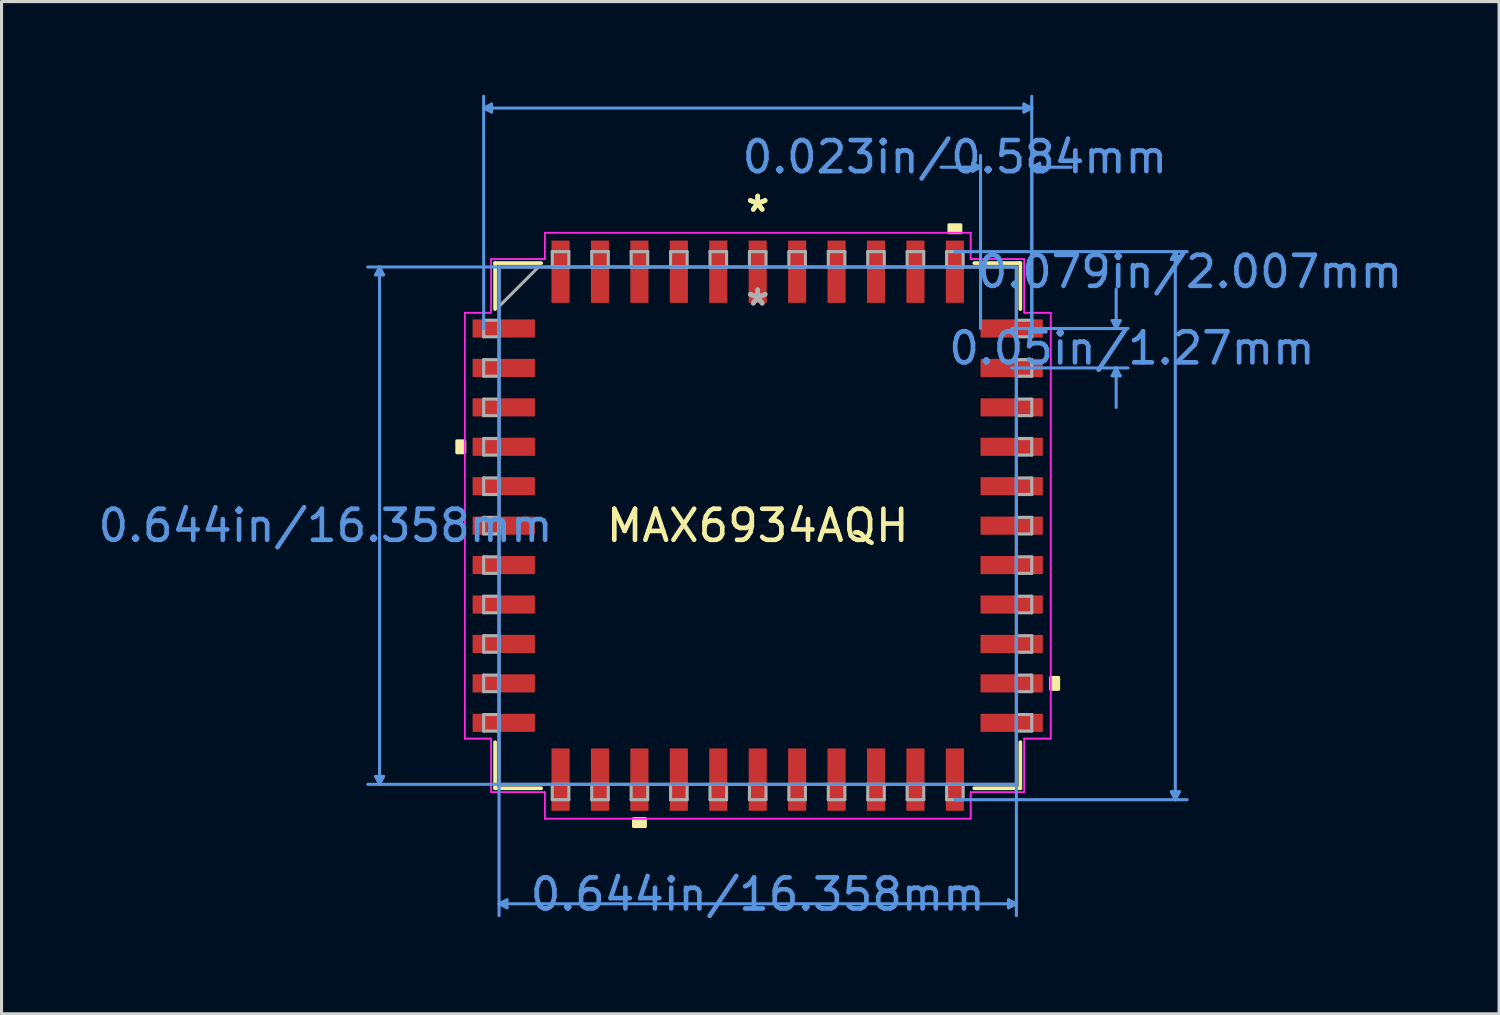
<source format=kicad_pcb>
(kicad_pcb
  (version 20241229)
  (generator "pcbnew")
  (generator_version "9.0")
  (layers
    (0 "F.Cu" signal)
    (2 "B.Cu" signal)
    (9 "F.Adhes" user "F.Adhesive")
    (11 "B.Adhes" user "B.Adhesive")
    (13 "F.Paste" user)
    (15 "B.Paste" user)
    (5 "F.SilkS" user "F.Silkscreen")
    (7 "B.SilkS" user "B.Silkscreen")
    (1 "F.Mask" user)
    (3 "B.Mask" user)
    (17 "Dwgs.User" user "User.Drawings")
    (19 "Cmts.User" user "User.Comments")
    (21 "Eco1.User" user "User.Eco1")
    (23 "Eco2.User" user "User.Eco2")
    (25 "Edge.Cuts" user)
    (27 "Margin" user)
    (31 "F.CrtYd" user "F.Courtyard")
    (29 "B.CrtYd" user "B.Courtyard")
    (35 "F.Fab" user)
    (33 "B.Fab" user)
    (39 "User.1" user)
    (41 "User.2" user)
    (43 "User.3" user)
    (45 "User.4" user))
  (footprint "MAX6934AQH"
    (layer "F.Cu")
    (at 21.354 13.88)
    (property "Reference" "MAX6934AQH" (at 0 0 0) (layer "F.SilkS") (effects (font (size 1 1) (thickness 0.15))))
    (attr through_hole)
    (fp_line (start -8.458 -8.458) (end -8.458 -6.975) (stroke (width 0.12) (type solid)) (layer "F.SilkS"))
    (fp_line (start -8.458 6.975) (end -8.458 8.458) (stroke (width 0.12) (type solid)) (layer "F.SilkS"))
    (fp_line (start -8.458 8.458) (end -6.975 8.458) (stroke (width 0.12) (type solid)) (layer "F.SilkS"))
    (fp_line (start -6.975 -8.458) (end -8.458 -8.458) (stroke (width 0.12) (type solid)) (layer "F.SilkS"))
    (fp_line (start 6.975 8.458) (end 8.458 8.458) (stroke (width 0.12) (type solid)) (layer "F.SilkS"))
    (fp_line (start 8.458 -8.458) (end 6.975 -8.458) (stroke (width 0.12) (type solid)) (layer "F.SilkS"))
    (fp_line (start 8.458 -6.975) (end 8.458 -8.458) (stroke (width 0.12) (type solid)) (layer "F.SilkS"))
    (fp_line (start 8.458 8.458) (end 8.458 6.975) (stroke (width 0.12) (type solid)) (layer "F.SilkS"))
    (fp_poly (pts (xy -9.69 -2.731) (xy -9.69 -2.349) (xy -9.436 -2.349) (xy -9.436 -2.731)) (stroke (width 0.1) (type solid)) (fill yes) (layer "F.SilkS"))
    (fp_poly (pts (xy -4 9.436) (xy -4 9.69) (xy -3.619 9.69) (xy -3.619 9.436)) (stroke (width 0.1) (type solid)) (fill yes) (layer "F.SilkS"))
    (fp_poly (pts (xy 6.16 -9.436) (xy 6.16 -9.69) (xy 6.54 -9.69) (xy 6.54 -9.436)) (stroke (width 0.1) (type solid)) (fill yes) (layer "F.SilkS"))
    (fp_poly (pts (xy 9.69 4.889) (xy 9.69 5.271) (xy 9.436 5.271) (xy 9.436 4.889)) (stroke (width 0.1) (type solid)) (fill yes) (layer "F.SilkS"))
    (fp_line (start -12.306 -8.077) (end -12.052 -8.077) (stroke (width 0.1) (type solid)) (layer "Cmts.User"))
    (fp_line (start -12.306 8.077) (end -12.052 8.077) (stroke (width 0.1) (type solid)) (layer "Cmts.User"))
    (fp_line (start -12.179 -8.331) (end -12.306 -8.077) (stroke (width 0.1) (type solid)) (layer "Cmts.User"))
    (fp_line (start -12.179 -8.331) (end -12.179 8.331) (stroke (width 0.1) (type solid)) (layer "Cmts.User"))
    (fp_line (start -12.179 -8.331) (end -12.052 -8.077) (stroke (width 0.1) (type solid)) (layer "Cmts.User"))
    (fp_line (start -12.179 8.331) (end -12.306 8.077) (stroke (width 0.1) (type solid)) (layer "Cmts.User"))
    (fp_line (start -12.179 8.331) (end -12.052 8.077) (stroke (width 0.1) (type solid)) (layer "Cmts.User"))
    (fp_line (start -8.826 -13.449) (end -8.572 -13.576) (stroke (width 0.1) (type solid)) (layer "Cmts.User"))
    (fp_line (start -8.826 -13.449) (end -8.572 -13.322) (stroke (width 0.1) (type solid)) (layer "Cmts.User"))
    (fp_line (start -8.826 -13.449) (end 8.826 -13.449) (stroke (width 0.1) (type solid)) (layer "Cmts.User"))
    (fp_line (start -8.826 -6.35) (end -8.826 -13.83) (stroke (width 0.1) (type solid)) (layer "Cmts.User"))
    (fp_line (start -8.572 -13.576) (end -8.572 -13.322) (stroke (width 0.1) (type solid)) (layer "Cmts.User"))
    (fp_line (start -8.331 -8.331) (end -8.331 12.56) (stroke (width 0.1) (type solid)) (layer "Cmts.User"))
    (fp_line (start -8.331 12.179) (end -8.077 12.052) (stroke (width 0.1) (type solid)) (layer "Cmts.User"))
    (fp_line (start -8.331 12.179) (end -8.077 12.306) (stroke (width 0.1) (type solid)) (layer "Cmts.User"))
    (fp_line (start -8.331 12.179) (end 8.331 12.179) (stroke (width 0.1) (type solid)) (layer "Cmts.User"))
    (fp_line (start -8.077 12.052) (end -8.077 12.306) (stroke (width 0.1) (type solid)) (layer "Cmts.User"))
    (fp_line (start 6.35 -8.826) (end 13.83 -8.826) (stroke (width 0.1) (type solid)) (layer "Cmts.User"))
    (fp_line (start 6.35 8.826) (end 13.83 8.826) (stroke (width 0.1) (type solid)) (layer "Cmts.User"))
    (fp_line (start 6.921 -11.671) (end 6.921 -11.417) (stroke (width 0.1) (type solid)) (layer "Cmts.User"))
    (fp_line (start 7.176 -11.544) (end 5.905 -11.544) (stroke (width 0.1) (type solid)) (layer "Cmts.User"))
    (fp_line (start 7.176 -11.544) (end 6.921 -11.671) (stroke (width 0.1) (type solid)) (layer "Cmts.User"))
    (fp_line (start 7.176 -11.544) (end 6.921 -11.417) (stroke (width 0.1) (type solid)) (layer "Cmts.User"))
    (fp_line (start 7.176 -6.35) (end 7.176 -11.925) (stroke (width 0.1) (type solid)) (layer "Cmts.User"))
    (fp_line (start 8.077 12.052) (end 8.077 12.306) (stroke (width 0.1) (type solid)) (layer "Cmts.User"))
    (fp_line (start 8.179 -6.35) (end 11.925 -6.35) (stroke (width 0.1) (type solid)) (layer "Cmts.User"))
    (fp_line (start 8.179 -5.08) (end 11.925 -5.08) (stroke (width 0.1) (type solid)) (layer "Cmts.User"))
    (fp_line (start 8.331 -8.331) (end -12.56 -8.331) (stroke (width 0.1) (type solid)) (layer "Cmts.User"))
    (fp_line (start 8.331 -8.331) (end 8.331 12.56) (stroke (width 0.1) (type solid)) (layer "Cmts.User"))
    (fp_line (start 8.331 8.331) (end -12.56 8.331) (stroke (width 0.1) (type solid)) (layer "Cmts.User"))
    (fp_line (start 8.331 12.179) (end 8.077 12.052) (stroke (width 0.1) (type solid)) (layer "Cmts.User"))
    (fp_line (start 8.331 12.179) (end 8.077 12.306) (stroke (width 0.1) (type solid)) (layer "Cmts.User"))
    (fp_line (start 8.572 -13.576) (end 8.572 -13.322) (stroke (width 0.1) (type solid)) (layer "Cmts.User"))
    (fp_line (start 8.826 -13.449) (end 8.572 -13.576) (stroke (width 0.1) (type solid)) (layer "Cmts.User"))
    (fp_line (start 8.826 -13.449) (end 8.572 -13.322) (stroke (width 0.1) (type solid)) (layer "Cmts.User"))
    (fp_line (start 8.826 -11.544) (end 9.081 -11.671) (stroke (width 0.1) (type solid)) (layer "Cmts.User"))
    (fp_line (start 8.826 -11.544) (end 9.081 -11.417) (stroke (width 0.1) (type solid)) (layer "Cmts.User"))
    (fp_line (start 8.826 -11.544) (end 10.097 -11.544) (stroke (width 0.1) (type solid)) (layer "Cmts.User"))
    (fp_line (start 8.826 -6.35) (end 8.826 -13.83) (stroke (width 0.1) (type solid)) (layer "Cmts.User"))
    (fp_line (start 8.826 -6.35) (end 8.826 -11.925) (stroke (width 0.1) (type solid)) (layer "Cmts.User"))
    (fp_line (start 9.081 -11.671) (end 9.081 -11.417) (stroke (width 0.1) (type solid)) (layer "Cmts.User"))
    (fp_line (start 11.417 -6.604) (end 11.671 -6.604) (stroke (width 0.1) (type solid)) (layer "Cmts.User"))
    (fp_line (start 11.417 -4.826) (end 11.671 -4.826) (stroke (width 0.1) (type solid)) (layer "Cmts.User"))
    (fp_line (start 11.544 -6.35) (end 11.417 -6.604) (stroke (width 0.1) (type solid)) (layer "Cmts.User"))
    (fp_line (start 11.544 -6.35) (end 11.544 -7.62) (stroke (width 0.1) (type solid)) (layer "Cmts.User"))
    (fp_line (start 11.544 -6.35) (end 11.671 -6.604) (stroke (width 0.1) (type solid)) (layer "Cmts.User"))
    (fp_line (start 11.544 -5.08) (end 11.417 -4.826) (stroke (width 0.1) (type solid)) (layer "Cmts.User"))
    (fp_line (start 11.544 -5.08) (end 11.544 -3.81) (stroke (width 0.1) (type solid)) (layer "Cmts.User"))
    (fp_line (start 11.544 -5.08) (end 11.671 -4.826) (stroke (width 0.1) (type solid)) (layer "Cmts.User"))
    (fp_line (start 13.322 -8.572) (end 13.576 -8.572) (stroke (width 0.1) (type solid)) (layer "Cmts.User"))
    (fp_line (start 13.322 8.572) (end 13.576 8.572) (stroke (width 0.1) (type solid)) (layer "Cmts.User"))
    (fp_line (start 13.449 -8.826) (end 13.322 -8.572) (stroke (width 0.1) (type solid)) (layer "Cmts.User"))
    (fp_line (start 13.449 -8.826) (end 13.449 8.826) (stroke (width 0.1) (type solid)) (layer "Cmts.User"))
    (fp_line (start 13.449 -8.826) (end 13.576 -8.572) (stroke (width 0.1) (type solid)) (layer "Cmts.User"))
    (fp_line (start 13.449 8.826) (end 13.322 8.572) (stroke (width 0.1) (type solid)) (layer "Cmts.User"))
    (fp_line (start 13.449 8.826) (end 13.576 8.572) (stroke (width 0.1) (type solid)) (layer "Cmts.User"))
    (fp_line (start -9.436 -6.858) (end -8.585 -6.858) (stroke (width 0.05) (type solid)) (layer "F.CrtYd"))
    (fp_line (start -9.436 -6.858) (end -8.585 -6.858) (stroke (width 0.05) (type solid)) (layer "F.CrtYd"))
    (fp_line (start -9.436 6.858) (end -9.436 -6.858) (stroke (width 0.05) (type solid)) (layer "F.CrtYd"))
    (fp_line (start -9.436 6.858) (end -9.436 -6.858) (stroke (width 0.05) (type solid)) (layer "F.CrtYd"))
    (fp_line (start -9.436 6.858) (end -8.585 6.858) (stroke (width 0.05) (type solid)) (layer "F.CrtYd"))
    (fp_line (start -8.585 -8.585) (end -6.858 -8.585) (stroke (width 0.05) (type solid)) (layer "F.CrtYd"))
    (fp_line (start -8.585 -8.585) (end -6.858 -8.585) (stroke (width 0.05) (type solid)) (layer "F.CrtYd"))
    (fp_line (start -8.585 -6.858) (end -8.585 -8.585) (stroke (width 0.05) (type solid)) (layer "F.CrtYd"))
    (fp_line (start -8.585 -6.858) (end -8.585 -8.585) (stroke (width 0.05) (type solid)) (layer "F.CrtYd"))
    (fp_line (start -8.585 6.858) (end -9.436 6.858) (stroke (width 0.05) (type solid)) (layer "F.CrtYd"))
    (fp_line (start -8.585 8.585) (end -8.585 6.858) (stroke (width 0.05) (type solid)) (layer "F.CrtYd"))
    (fp_line (start -8.585 8.585) (end -8.585 6.858) (stroke (width 0.05) (type solid)) (layer "F.CrtYd"))
    (fp_line (start -6.858 -9.436) (end 6.858 -9.436) (stroke (width 0.05) (type solid)) (layer "F.CrtYd"))
    (fp_line (start -6.858 -9.436) (end 6.858 -9.436) (stroke (width 0.05) (type solid)) (layer "F.CrtYd"))
    (fp_line (start -6.858 -8.585) (end -6.858 -9.436) (stroke (width 0.05) (type solid)) (layer "F.CrtYd"))
    (fp_line (start -6.858 -8.585) (end -6.858 -9.436) (stroke (width 0.05) (type solid)) (layer "F.CrtYd"))
    (fp_line (start -6.858 8.585) (end -8.585 8.585) (stroke (width 0.05) (type solid)) (layer "F.CrtYd"))
    (fp_line (start -6.858 8.585) (end -8.585 8.585) (stroke (width 0.05) (type solid)) (layer "F.CrtYd"))
    (fp_line (start -6.858 9.436) (end -6.858 8.585) (stroke (width 0.05) (type solid)) (layer "F.CrtYd"))
    (fp_line (start -6.858 9.436) (end -6.858 8.585) (stroke (width 0.05) (type solid)) (layer "F.CrtYd"))
    (fp_line (start 6.858 -9.436) (end 6.858 -8.585) (stroke (width 0.05) (type solid)) (layer "F.CrtYd"))
    (fp_line (start 6.858 -9.436) (end 6.858 -8.585) (stroke (width 0.05) (type solid)) (layer "F.CrtYd"))
    (fp_line (start 6.858 -8.585) (end 8.585 -8.585) (stroke (width 0.05) (type solid)) (layer "F.CrtYd"))
    (fp_line (start 6.858 -8.585) (end 8.585 -8.585) (stroke (width 0.05) (type solid)) (layer "F.CrtYd"))
    (fp_line (start 6.858 8.585) (end 6.858 9.436) (stroke (width 0.05) (type solid)) (layer "F.CrtYd"))
    (fp_line (start 6.858 8.585) (end 6.858 9.436) (stroke (width 0.05) (type solid)) (layer "F.CrtYd"))
    (fp_line (start 6.858 9.436) (end -6.858 9.436) (stroke (width 0.05) (type solid)) (layer "F.CrtYd"))
    (fp_line (start 6.858 9.436) (end -6.858 9.436) (stroke (width 0.05) (type solid)) (layer "F.CrtYd"))
    (fp_line (start 8.585 -8.585) (end 8.585 -6.858) (stroke (width 0.05) (type solid)) (layer "F.CrtYd"))
    (fp_line (start 8.585 -8.585) (end 8.585 -6.858) (stroke (width 0.05) (type solid)) (layer "F.CrtYd"))
    (fp_line (start 8.585 -6.858) (end 9.436 -6.858) (stroke (width 0.05) (type solid)) (layer "F.CrtYd"))
    (fp_line (start 8.585 -6.858) (end 9.436 -6.858) (stroke (width 0.05) (type solid)) (layer "F.CrtYd"))
    (fp_line (start 8.585 6.858) (end 8.585 8.585) (stroke (width 0.05) (type solid)) (layer "F.CrtYd"))
    (fp_line (start 8.585 6.858) (end 8.585 8.585) (stroke (width 0.05) (type solid)) (layer "F.CrtYd"))
    (fp_line (start 8.585 8.585) (end 6.858 8.585) (stroke (width 0.05) (type solid)) (layer "F.CrtYd"))
    (fp_line (start 8.585 8.585) (end 6.858 8.585) (stroke (width 0.05) (type solid)) (layer "F.CrtYd"))
    (fp_line (start 9.436 -6.858) (end 9.436 6.858) (stroke (width 0.05) (type solid)) (layer "F.CrtYd"))
    (fp_line (start 9.436 -6.858) (end 9.436 6.858) (stroke (width 0.05) (type solid)) (layer "F.CrtYd"))
    (fp_line (start 9.436 6.858) (end 8.585 6.858) (stroke (width 0.05) (type solid)) (layer "F.CrtYd"))
    (fp_line (start 9.436 6.858) (end 8.585 6.858) (stroke (width 0.05) (type solid)) (layer "F.CrtYd"))
    (fp_line (start -8.826 -6.617) (end -8.826 -6.083) (stroke (width 0.1) (type solid)) (layer "F.Fab"))
    (fp_line (start -8.826 -6.083) (end -8.331 -6.083) (stroke (width 0.1) (type solid)) (layer "F.Fab"))
    (fp_line (start -8.826 -5.347) (end -8.826 -4.813) (stroke (width 0.1) (type solid)) (layer "F.Fab"))
    (fp_line (start -8.826 -4.813) (end -8.331 -4.813) (stroke (width 0.1) (type solid)) (layer "F.Fab"))
    (fp_line (start -8.826 -4.077) (end -8.826 -3.543) (stroke (width 0.1) (type solid)) (layer "F.Fab"))
    (fp_line (start -8.826 -3.543) (end -8.331 -3.543) (stroke (width 0.1) (type solid)) (layer "F.Fab"))
    (fp_line (start -8.826 -2.807) (end -8.826 -2.273) (stroke (width 0.1) (type solid)) (layer "F.Fab"))
    (fp_line (start -8.826 -2.273) (end -8.331 -2.273) (stroke (width 0.1) (type solid)) (layer "F.Fab"))
    (fp_line (start -8.826 -1.537) (end -8.826 -1.003) (stroke (width 0.1) (type solid)) (layer "F.Fab"))
    (fp_line (start -8.826 -1.003) (end -8.331 -1.003) (stroke (width 0.1) (type solid)) (layer "F.Fab"))
    (fp_line (start -8.826 -0.267) (end -8.826 0.267) (stroke (width 0.1) (type solid)) (layer "F.Fab"))
    (fp_line (start -8.826 0.267) (end -8.331 0.267) (stroke (width 0.1) (type solid)) (layer "F.Fab"))
    (fp_line (start -8.826 1.003) (end -8.826 1.537) (stroke (width 0.1) (type solid)) (layer "F.Fab"))
    (fp_line (start -8.826 1.537) (end -8.331 1.537) (stroke (width 0.1) (type solid)) (layer "F.Fab"))
    (fp_line (start -8.826 2.273) (end -8.826 2.807) (stroke (width 0.1) (type solid)) (layer "F.Fab"))
    (fp_line (start -8.826 2.807) (end -8.331 2.807) (stroke (width 0.1) (type solid)) (layer "F.Fab"))
    (fp_line (start -8.826 3.543) (end -8.826 4.077) (stroke (width 0.1) (type solid)) (layer "F.Fab"))
    (fp_line (start -8.826 4.077) (end -8.331 4.077) (stroke (width 0.1) (type solid)) (layer "F.Fab"))
    (fp_line (start -8.826 4.813) (end -8.826 5.347) (stroke (width 0.1) (type solid)) (layer "F.Fab"))
    (fp_line (start -8.826 5.347) (end -8.331 5.347) (stroke (width 0.1) (type solid)) (layer "F.Fab"))
    (fp_line (start -8.826 6.083) (end -8.826 6.617) (stroke (width 0.1) (type solid)) (layer "F.Fab"))
    (fp_line (start -8.826 6.617) (end -8.331 6.617) (stroke (width 0.1) (type solid)) (layer "F.Fab"))
    (fp_line (start -8.331 -8.331) (end -8.331 8.331) (stroke (width 0.1) (type solid)) (layer "F.Fab"))
    (fp_line (start -8.331 -7.061) (end -7.061 -8.331) (stroke (width 0.1) (type solid)) (layer "F.Fab"))
    (fp_line (start -8.331 -6.617) (end -8.826 -6.617) (stroke (width 0.1) (type solid)) (layer "F.Fab"))
    (fp_line (start -8.331 -6.083) (end -8.331 -6.617) (stroke (width 0.1) (type solid)) (layer "F.Fab"))
    (fp_line (start -8.331 -5.347) (end -8.826 -5.347) (stroke (width 0.1) (type solid)) (layer "F.Fab"))
    (fp_line (start -8.331 -4.813) (end -8.331 -5.347) (stroke (width 0.1) (type solid)) (layer "F.Fab"))
    (fp_line (start -8.331 -4.077) (end -8.826 -4.077) (stroke (width 0.1) (type solid)) (layer "F.Fab"))
    (fp_line (start -8.331 -3.543) (end -8.331 -4.077) (stroke (width 0.1) (type solid)) (layer "F.Fab"))
    (fp_line (start -8.331 -2.807) (end -8.826 -2.807) (stroke (width 0.1) (type solid)) (layer "F.Fab"))
    (fp_line (start -8.331 -2.273) (end -8.331 -2.807) (stroke (width 0.1) (type solid)) (layer "F.Fab"))
    (fp_line (start -8.331 -1.537) (end -8.826 -1.537) (stroke (width 0.1) (type solid)) (layer "F.Fab"))
    (fp_line (start -8.331 -1.003) (end -8.331 -1.537) (stroke (width 0.1) (type solid)) (layer "F.Fab"))
    (fp_line (start -8.331 -0.267) (end -8.826 -0.267) (stroke (width 0.1) (type solid)) (layer "F.Fab"))
    (fp_line (start -8.331 0.267) (end -8.331 -0.267) (stroke (width 0.1) (type solid)) (layer "F.Fab"))
    (fp_line (start -8.331 1.003) (end -8.826 1.003) (stroke (width 0.1) (type solid)) (layer "F.Fab"))
    (fp_line (start -8.331 1.537) (end -8.331 1.003) (stroke (width 0.1) (type solid)) (layer "F.Fab"))
    (fp_line (start -8.331 2.273) (end -8.826 2.273) (stroke (width 0.1) (type solid)) (layer "F.Fab"))
    (fp_line (start -8.331 2.807) (end -8.331 2.273) (stroke (width 0.1) (type solid)) (layer "F.Fab"))
    (fp_line (start -8.331 3.543) (end -8.826 3.543) (stroke (width 0.1) (type solid)) (layer "F.Fab"))
    (fp_line (start -8.331 4.077) (end -8.331 3.543) (stroke (width 0.1) (type solid)) (layer "F.Fab"))
    (fp_line (start -8.331 4.813) (end -8.826 4.813) (stroke (width 0.1) (type solid)) (layer "F.Fab"))
    (fp_line (start -8.331 5.347) (end -8.331 4.813) (stroke (width 0.1) (type solid)) (layer "F.Fab"))
    (fp_line (start -8.331 6.083) (end -8.826 6.083) (stroke (width 0.1) (type solid)) (layer "F.Fab"))
    (fp_line (start -8.331 6.617) (end -8.331 6.083) (stroke (width 0.1) (type solid)) (layer "F.Fab"))
    (fp_line (start -8.331 8.331) (end 8.331 8.331) (stroke (width 0.1) (type solid)) (layer "F.Fab"))
    (fp_line (start -6.617 -8.826) (end -6.617 -8.331) (stroke (width 0.1) (type solid)) (layer "F.Fab"))
    (fp_line (start -6.617 -8.331) (end -6.083 -8.331) (stroke (width 0.1) (type solid)) (layer "F.Fab"))
    (fp_line (start -6.617 8.331) (end -6.617 8.826) (stroke (width 0.1) (type solid)) (layer "F.Fab"))
    (fp_line (start -6.617 8.826) (end -6.083 8.826) (stroke (width 0.1) (type solid)) (layer "F.Fab"))
    (fp_line (start -6.083 -8.826) (end -6.617 -8.826) (stroke (width 0.1) (type solid)) (layer "F.Fab"))
    (fp_line (start -6.083 -8.331) (end -6.083 -8.826) (stroke (width 0.1) (type solid)) (layer "F.Fab"))
    (fp_line (start -6.083 8.331) (end -6.617 8.331) (stroke (width 0.1) (type solid)) (layer "F.Fab"))
    (fp_line (start -6.083 8.826) (end -6.083 8.331) (stroke (width 0.1) (type solid)) (layer "F.Fab"))
    (fp_line (start -5.347 -8.826) (end -5.347 -8.331) (stroke (width 0.1) (type solid)) (layer "F.Fab"))
    (fp_line (start -5.347 -8.331) (end -4.813 -8.331) (stroke (width 0.1) (type solid)) (layer "F.Fab"))
    (fp_line (start -5.347 8.331) (end -5.347 8.826) (stroke (width 0.1) (type solid)) (layer "F.Fab"))
    (fp_line (start -5.347 8.826) (end -4.813 8.826) (stroke (width 0.1) (type solid)) (layer "F.Fab"))
    (fp_line (start -4.813 -8.826) (end -5.347 -8.826) (stroke (width 0.1) (type solid)) (layer "F.Fab"))
    (fp_line (start -4.813 -8.331) (end -4.813 -8.826) (stroke (width 0.1) (type solid)) (layer "F.Fab"))
    (fp_line (start -4.813 8.331) (end -5.347 8.331) (stroke (width 0.1) (type solid)) (layer "F.Fab"))
    (fp_line (start -4.813 8.826) (end -4.813 8.331) (stroke (width 0.1) (type solid)) (layer "F.Fab"))
    (fp_line (start -4.077 -8.826) (end -4.077 -8.331) (stroke (width 0.1) (type solid)) (layer "F.Fab"))
    (fp_line (start -4.077 -8.331) (end -3.543 -8.331) (stroke (width 0.1) (type solid)) (layer "F.Fab"))
    (fp_line (start -4.077 8.331) (end -4.077 8.826) (stroke (width 0.1) (type solid)) (layer "F.Fab"))
    (fp_line (start -4.077 8.826) (end -3.543 8.826) (stroke (width 0.1) (type solid)) (layer "F.Fab"))
    (fp_line (start -3.543 -8.826) (end -4.077 -8.826) (stroke (width 0.1) (type solid)) (layer "F.Fab"))
    (fp_line (start -3.543 -8.331) (end -3.543 -8.826) (stroke (width 0.1) (type solid)) (layer "F.Fab"))
    (fp_line (start -3.543 8.331) (end -4.077 8.331) (stroke (width 0.1) (type solid)) (layer "F.Fab"))
    (fp_line (start -3.543 8.826) (end -3.543 8.331) (stroke (width 0.1) (type solid)) (layer "F.Fab"))
    (fp_line (start -2.807 -8.826) (end -2.807 -8.331) (stroke (width 0.1) (type solid)) (layer "F.Fab"))
    (fp_line (start -2.807 -8.331) (end -2.273 -8.331) (stroke (width 0.1) (type solid)) (layer "F.Fab"))
    (fp_line (start -2.807 8.331) (end -2.807 8.826) (stroke (width 0.1) (type solid)) (layer "F.Fab"))
    (fp_line (start -2.807 8.826) (end -2.273 8.826) (stroke (width 0.1) (type solid)) (layer "F.Fab"))
    (fp_line (start -2.273 -8.826) (end -2.807 -8.826) (stroke (width 0.1) (type solid)) (layer "F.Fab"))
    (fp_line (start -2.273 -8.331) (end -2.273 -8.826) (stroke (width 0.1) (type solid)) (layer "F.Fab"))
    (fp_line (start -2.273 8.331) (end -2.807 8.331) (stroke (width 0.1) (type solid)) (layer "F.Fab"))
    (fp_line (start -2.273 8.826) (end -2.273 8.331) (stroke (width 0.1) (type solid)) (layer "F.Fab"))
    (fp_line (start -1.537 -8.826) (end -1.537 -8.331) (stroke (width 0.1) (type solid)) (layer "F.Fab"))
    (fp_line (start -1.537 -8.331) (end -1.003 -8.331) (stroke (width 0.1) (type solid)) (layer "F.Fab"))
    (fp_line (start -1.537 8.331) (end -1.537 8.826) (stroke (width 0.1) (type solid)) (layer "F.Fab"))
    (fp_line (start -1.537 8.826) (end -1.003 8.826) (stroke (width 0.1) (type solid)) (layer "F.Fab"))
    (fp_line (start -1.003 -8.826) (end -1.537 -8.826) (stroke (width 0.1) (type solid)) (layer "F.Fab"))
    (fp_line (start -1.003 -8.331) (end -1.003 -8.826) (stroke (width 0.1) (type solid)) (layer "F.Fab"))
    (fp_line (start -1.003 8.331) (end -1.537 8.331) (stroke (width 0.1) (type solid)) (layer "F.Fab"))
    (fp_line (start -1.003 8.826) (end -1.003 8.331) (stroke (width 0.1) (type solid)) (layer "F.Fab"))
    (fp_line (start -0.267 -8.826) (end -0.267 -8.331) (stroke (width 0.1) (type solid)) (layer "F.Fab"))
    (fp_line (start -0.267 -8.331) (end 0.267 -8.331) (stroke (width 0.1) (type solid)) (layer "F.Fab"))
    (fp_line (start -0.267 8.331) (end -0.267 8.826) (stroke (width 0.1) (type solid)) (layer "F.Fab"))
    (fp_line (start -0.267 8.826) (end 0.267 8.826) (stroke (width 0.1) (type solid)) (layer "F.Fab"))
    (fp_line (start 0.267 -8.826) (end -0.267 -8.826) (stroke (width 0.1) (type solid)) (layer "F.Fab"))
    (fp_line (start 0.267 -8.331) (end 0.267 -8.826) (stroke (width 0.1) (type solid)) (layer "F.Fab"))
    (fp_line (start 0.267 8.331) (end -0.267 8.331) (stroke (width 0.1) (type solid)) (layer "F.Fab"))
    (fp_line (start 0.267 8.826) (end 0.267 8.331) (stroke (width 0.1) (type solid)) (layer "F.Fab"))
    (fp_line (start 1.003 -8.826) (end 1.003 -8.331) (stroke (width 0.1) (type solid)) (layer "F.Fab"))
    (fp_line (start 1.003 -8.331) (end 1.537 -8.331) (stroke (width 0.1) (type solid)) (layer "F.Fab"))
    (fp_line (start 1.003 8.331) (end 1.003 8.826) (stroke (width 0.1) (type solid)) (layer "F.Fab"))
    (fp_line (start 1.003 8.826) (end 1.537 8.826) (stroke (width 0.1) (type solid)) (layer "F.Fab"))
    (fp_line (start 1.537 -8.826) (end 1.003 -8.826) (stroke (width 0.1) (type solid)) (layer "F.Fab"))
    (fp_line (start 1.537 -8.331) (end 1.537 -8.826) (stroke (width 0.1) (type solid)) (layer "F.Fab"))
    (fp_line (start 1.537 8.331) (end 1.003 8.331) (stroke (width 0.1) (type solid)) (layer "F.Fab"))
    (fp_line (start 1.537 8.826) (end 1.537 8.331) (stroke (width 0.1) (type solid)) (layer "F.Fab"))
    (fp_line (start 2.273 -8.826) (end 2.273 -8.331) (stroke (width 0.1) (type solid)) (layer "F.Fab"))
    (fp_line (start 2.273 -8.331) (end 2.807 -8.331) (stroke (width 0.1) (type solid)) (layer "F.Fab"))
    (fp_line (start 2.273 8.331) (end 2.273 8.826) (stroke (width 0.1) (type solid)) (layer "F.Fab"))
    (fp_line (start 2.273 8.826) (end 2.807 8.826) (stroke (width 0.1) (type solid)) (layer "F.Fab"))
    (fp_line (start 2.807 -8.826) (end 2.273 -8.826) (stroke (width 0.1) (type solid)) (layer "F.Fab"))
    (fp_line (start 2.807 -8.331) (end 2.807 -8.826) (stroke (width 0.1) (type solid)) (layer "F.Fab"))
    (fp_line (start 2.807 8.331) (end 2.273 8.331) (stroke (width 0.1) (type solid)) (layer "F.Fab"))
    (fp_line (start 2.807 8.826) (end 2.807 8.331) (stroke (width 0.1) (type solid)) (layer "F.Fab"))
    (fp_line (start 3.543 -8.826) (end 3.543 -8.331) (stroke (width 0.1) (type solid)) (layer "F.Fab"))
    (fp_line (start 3.543 -8.331) (end 4.077 -8.331) (stroke (width 0.1) (type solid)) (layer "F.Fab"))
    (fp_line (start 3.543 8.331) (end 3.543 8.826) (stroke (width 0.1) (type solid)) (layer "F.Fab"))
    (fp_line (start 3.543 8.826) (end 4.077 8.826) (stroke (width 0.1) (type solid)) (layer "F.Fab"))
    (fp_line (start 4.077 -8.826) (end 3.543 -8.826) (stroke (width 0.1) (type solid)) (layer "F.Fab"))
    (fp_line (start 4.077 -8.331) (end 4.077 -8.826) (stroke (width 0.1) (type solid)) (layer "F.Fab"))
    (fp_line (start 4.077 8.331) (end 3.543 8.331) (stroke (width 0.1) (type solid)) (layer "F.Fab"))
    (fp_line (start 4.077 8.826) (end 4.077 8.331) (stroke (width 0.1) (type solid)) (layer "F.Fab"))
    (fp_line (start 4.813 -8.826) (end 4.813 -8.331) (stroke (width 0.1) (type solid)) (layer "F.Fab"))
    (fp_line (start 4.813 -8.331) (end 5.347 -8.331) (stroke (width 0.1) (type solid)) (layer "F.Fab"))
    (fp_line (start 4.813 8.331) (end 4.813 8.826) (stroke (width 0.1) (type solid)) (layer "F.Fab"))
    (fp_line (start 4.813 8.826) (end 5.347 8.826) (stroke (width 0.1) (type solid)) (layer "F.Fab"))
    (fp_line (start 5.347 -8.826) (end 4.813 -8.826) (stroke (width 0.1) (type solid)) (layer "F.Fab"))
    (fp_line (start 5.347 -8.331) (end 5.347 -8.826) (stroke (width 0.1) (type solid)) (layer "F.Fab"))
    (fp_line (start 5.347 8.331) (end 4.813 8.331) (stroke (width 0.1) (type solid)) (layer "F.Fab"))
    (fp_line (start 5.347 8.826) (end 5.347 8.331) (stroke (width 0.1) (type solid)) (layer "F.Fab"))
    (fp_line (start 6.083 -8.826) (end 6.083 -8.331) (stroke (width 0.1) (type solid)) (layer "F.Fab"))
    (fp_line (start 6.083 -8.331) (end 6.617 -8.331) (stroke (width 0.1) (type solid)) (layer "F.Fab"))
    (fp_line (start 6.083 8.331) (end 6.083 8.826) (stroke (width 0.1) (type solid)) (layer "F.Fab"))
    (fp_line (start 6.083 8.826) (end 6.617 8.826) (stroke (width 0.1) (type solid)) (layer "F.Fab"))
    (fp_line (start 6.617 -8.826) (end 6.083 -8.826) (stroke (width 0.1) (type solid)) (layer "F.Fab"))
    (fp_line (start 6.617 -8.331) (end 6.617 -8.826) (stroke (width 0.1) (type solid)) (layer "F.Fab"))
    (fp_line (start 6.617 8.331) (end 6.083 8.331) (stroke (width 0.1) (type solid)) (layer "F.Fab"))
    (fp_line (start 6.617 8.826) (end 6.617 8.331) (stroke (width 0.1) (type solid)) (layer "F.Fab"))
    (fp_line (start 8.331 -8.331) (end -8.331 -8.331) (stroke (width 0.1) (type solid)) (layer "F.Fab"))
    (fp_line (start 8.331 -6.617) (end 8.331 -6.083) (stroke (width 0.1) (type solid)) (layer "F.Fab"))
    (fp_line (start 8.331 -6.083) (end 8.826 -6.083) (stroke (width 0.1) (type solid)) (layer "F.Fab"))
    (fp_line (start 8.331 -5.347) (end 8.331 -4.813) (stroke (width 0.1) (type solid)) (layer "F.Fab"))
    (fp_line (start 8.331 -4.813) (end 8.826 -4.813) (stroke (width 0.1) (type solid)) (layer "F.Fab"))
    (fp_line (start 8.331 -4.077) (end 8.331 -3.543) (stroke (width 0.1) (type solid)) (layer "F.Fab"))
    (fp_line (start 8.331 -3.543) (end 8.826 -3.543) (stroke (width 0.1) (type solid)) (layer "F.Fab"))
    (fp_line (start 8.331 -2.807) (end 8.331 -2.273) (stroke (width 0.1) (type solid)) (layer "F.Fab"))
    (fp_line (start 8.331 -2.273) (end 8.826 -2.273) (stroke (width 0.1) (type solid)) (layer "F.Fab"))
    (fp_line (start 8.331 -1.537) (end 8.331 -1.003) (stroke (width 0.1) (type solid)) (layer "F.Fab"))
    (fp_line (start 8.331 -1.003) (end 8.826 -1.003) (stroke (width 0.1) (type solid)) (layer "F.Fab"))
    (fp_line (start 8.331 -0.267) (end 8.331 0.267) (stroke (width 0.1) (type solid)) (layer "F.Fab"))
    (fp_line (start 8.331 0.267) (end 8.826 0.267) (stroke (width 0.1) (type solid)) (layer "F.Fab"))
    (fp_line (start 8.331 1.003) (end 8.331 1.537) (stroke (width 0.1) (type solid)) (layer "F.Fab"))
    (fp_line (start 8.331 1.537) (end 8.826 1.537) (stroke (width 0.1) (type solid)) (layer "F.Fab"))
    (fp_line (start 8.331 2.273) (end 8.331 2.807) (stroke (width 0.1) (type solid)) (layer "F.Fab"))
    (fp_line (start 8.331 2.807) (end 8.826 2.807) (stroke (width 0.1) (type solid)) (layer "F.Fab"))
    (fp_line (start 8.331 3.543) (end 8.331 4.077) (stroke (width 0.1) (type solid)) (layer "F.Fab"))
    (fp_line (start 8.331 4.077) (end 8.826 4.077) (stroke (width 0.1) (type solid)) (layer "F.Fab"))
    (fp_line (start 8.331 4.813) (end 8.331 5.347) (stroke (width 0.1) (type solid)) (layer "F.Fab"))
    (fp_line (start 8.331 5.347) (end 8.826 5.347) (stroke (width 0.1) (type solid)) (layer "F.Fab"))
    (fp_line (start 8.331 6.083) (end 8.331 6.617) (stroke (width 0.1) (type solid)) (layer "F.Fab"))
    (fp_line (start 8.331 6.617) (end 8.826 6.617) (stroke (width 0.1) (type solid)) (layer "F.Fab"))
    (fp_line (start 8.331 8.331) (end 8.331 -8.331) (stroke (width 0.1) (type solid)) (layer "F.Fab"))
    (fp_line (start 8.826 -6.617) (end 8.331 -6.617) (stroke (width 0.1) (type solid)) (layer "F.Fab"))
    (fp_line (start 8.826 -6.083) (end 8.826 -6.617) (stroke (width 0.1) (type solid)) (layer "F.Fab"))
    (fp_line (start 8.826 -5.347) (end 8.331 -5.347) (stroke (width 0.1) (type solid)) (layer "F.Fab"))
    (fp_line (start 8.826 -4.813) (end 8.826 -5.347) (stroke (width 0.1) (type solid)) (layer "F.Fab"))
    (fp_line (start 8.826 -4.077) (end 8.331 -4.077) (stroke (width 0.1) (type solid)) (layer "F.Fab"))
    (fp_line (start 8.826 -3.543) (end 8.826 -4.077) (stroke (width 0.1) (type solid)) (layer "F.Fab"))
    (fp_line (start 8.826 -2.807) (end 8.331 -2.807) (stroke (width 0.1) (type solid)) (layer "F.Fab"))
    (fp_line (start 8.826 -2.273) (end 8.826 -2.807) (stroke (width 0.1) (type solid)) (layer "F.Fab"))
    (fp_line (start 8.826 -1.537) (end 8.331 -1.537) (stroke (width 0.1) (type solid)) (layer "F.Fab"))
    (fp_line (start 8.826 -1.003) (end 8.826 -1.537) (stroke (width 0.1) (type solid)) (layer "F.Fab"))
    (fp_line (start 8.826 -0.267) (end 8.331 -0.267) (stroke (width 0.1) (type solid)) (layer "F.Fab"))
    (fp_line (start 8.826 0.267) (end 8.826 -0.267) (stroke (width 0.1) (type solid)) (layer "F.Fab"))
    (fp_line (start 8.826 1.003) (end 8.331 1.003) (stroke (width 0.1) (type solid)) (layer "F.Fab"))
    (fp_line (start 8.826 1.537) (end 8.826 1.003) (stroke (width 0.1) (type solid)) (layer "F.Fab"))
    (fp_line (start 8.826 2.273) (end 8.331 2.273) (stroke (width 0.1) (type solid)) (layer "F.Fab"))
    (fp_line (start 8.826 2.807) (end 8.826 2.273) (stroke (width 0.1) (type solid)) (layer "F.Fab"))
    (fp_line (start 8.826 3.543) (end 8.331 3.543) (stroke (width 0.1) (type solid)) (layer "F.Fab"))
    (fp_line (start 8.826 4.077) (end 8.826 3.543) (stroke (width 0.1) (type solid)) (layer "F.Fab"))
    (fp_line (start 8.826 4.813) (end 8.331 4.813) (stroke (width 0.1) (type solid)) (layer "F.Fab"))
    (fp_line (start 8.826 5.347) (end 8.826 4.813) (stroke (width 0.1) (type solid)) (layer "F.Fab"))
    (fp_line (start 8.826 6.083) (end 8.331 6.083) (stroke (width 0.1) (type solid)) (layer "F.Fab"))
    (fp_line (start 8.826 6.617) (end 8.826 6.083) (stroke (width 0.1) (type solid)) (layer "F.Fab"))
    (fp_text user "*" (at 0 -10.071 0) (layer "F.SilkS") (effects (font (size 1 1) (thickness 0.15))))
    (fp_text user "*" (at 0 -10.071 0) (layer "F.SilkS") (effects (font (size 1 1) (thickness 0.15))))
    (fp_text user "0.644in/16.358mm" (at 0 11.874 0) (layer "Cmts.User") (effects (font (size 1 1) (thickness 0.15))))
    (fp_text user "0.079in/2.007mm" (at 13.919 -8.179 0) (layer "Cmts.User") (effects (font (size 1 1) (thickness 0.15))))
    (fp_text user "0.023in/0.584mm" (at 6.35 -11.874 0) (layer "Cmts.User") (effects (font (size 1 1) (thickness 0.15))))
    (fp_text user "0.644in/16.358mm" (at -13.919 0 0) (layer "Cmts.User") (effects (font (size 1 1) (thickness 0.15))))
    (fp_text user "Copyright 2021 Accelerated Designs. All rights reserved." (at 0 0 0) (layer "Cmts.User") (effects (font (size 0.127 0.127) (thickness 0.002))))
    (fp_text user "0.05in/1.27mm" (at 12.052 -5.715 0) (layer "Cmts.User") (effects (font (size 1 1) (thickness 0.15))))
    (fp_text user "*" (at 0 -7.048 0) (layer "F.Fab") (effects (font (size 1 1) (thickness 0.15))))
    (fp_text user "*" (at 0 -7.048 0) (layer "F.Fab") (effects (font (size 1 1) (thickness 0.15))))
    (pad "1" smd rect (at 0 -8.179) (size 0.584 2.007) (layers "F.Cu" "F.Mask" "F.Paste"))
    (pad "2" smd rect (at -1.27 -8.179) (size 0.584 2.007) (layers "F.Cu" "F.Mask" "F.Paste"))
    (pad "3" smd rect (at -2.54 -8.179) (size 0.584 2.007) (layers "F.Cu" "F.Mask" "F.Paste"))
    (pad "4" smd rect (at -3.81 -8.179) (size 0.584 2.007) (layers "F.Cu" "F.Mask" "F.Paste"))
    (pad "5" smd rect (at -5.08 -8.179) (size 0.584 2.007) (layers "F.Cu" "F.Mask" "F.Paste"))
    (pad "6" smd rect (at -6.35 -8.179) (size 0.584 2.007) (layers "F.Cu" "F.Mask" "F.Paste"))
    (pad "7" smd rect (at -8.179 -6.35 90) (size 0.584 2.007) (layers "F.Cu" "F.Mask" "F.Paste"))
    (pad "8" smd rect (at -8.179 -5.08 90) (size 0.584 2.007) (layers "F.Cu" "F.Mask" "F.Paste"))
    (pad "9" smd rect (at -8.179 -3.81 90) (size 0.584 2.007) (layers "F.Cu" "F.Mask" "F.Paste"))
    (pad "10" smd rect (at -8.179 -2.54 90) (size 0.584 2.007) (layers "F.Cu" "F.Mask" "F.Paste"))
    (pad "11" smd rect (at -8.179 -1.27 90) (size 0.584 2.007) (layers "F.Cu" "F.Mask" "F.Paste"))
    (pad "12" smd rect (at -8.179 0 90) (size 0.584 2.007) (layers "F.Cu" "F.Mask" "F.Paste"))
    (pad "13" smd rect (at -8.179 1.27 90) (size 0.584 2.007) (layers "F.Cu" "F.Mask" "F.Paste"))
    (pad "14" smd rect (at -8.179 2.54 90) (size 0.584 2.007) (layers "F.Cu" "F.Mask" "F.Paste"))
    (pad "15" smd rect (at -8.179 3.81 90) (size 0.584 2.007) (layers "F.Cu" "F.Mask" "F.Paste"))
    (pad "16" smd rect (at -8.179 5.08 90) (size 0.584 2.007) (layers "F.Cu" "F.Mask" "F.Paste"))
    (pad "17" smd rect (at -8.179 6.35 90) (size 0.584 2.007) (layers "F.Cu" "F.Mask" "F.Paste"))
    (pad "18" smd rect (at -6.35 8.179) (size 0.584 2.007) (layers "F.Cu" "F.Mask" "F.Paste"))
    (pad "19" smd rect (at -5.08 8.179) (size 0.584 2.007) (layers "F.Cu" "F.Mask" "F.Paste"))
    (pad "20" smd rect (at -3.81 8.179) (size 0.584 2.007) (layers "F.Cu" "F.Mask" "F.Paste"))
    (pad "21" smd rect (at -2.54 8.179) (size 0.584 2.007) (layers "F.Cu" "F.Mask" "F.Paste"))
    (pad "22" smd rect (at -1.27 8.179) (size 0.584 2.007) (layers "F.Cu" "F.Mask" "F.Paste"))
    (pad "23" smd rect (at 0 8.179) (size 0.584 2.007) (layers "F.Cu" "F.Mask" "F.Paste"))
    (pad "24" smd rect (at 1.27 8.179) (size 0.584 2.007) (layers "F.Cu" "F.Mask" "F.Paste"))
    (pad "25" smd rect (at 2.54 8.179) (size 0.584 2.007) (layers "F.Cu" "F.Mask" "F.Paste"))
    (pad "26" smd rect (at 3.81 8.179) (size 0.584 2.007) (layers "F.Cu" "F.Mask" "F.Paste"))
    (pad "27" smd rect (at 5.08 8.179) (size 0.584 2.007) (layers "F.Cu" "F.Mask" "F.Paste"))
    (pad "28" smd rect (at 6.35 8.179) (size 0.584 2.007) (layers "F.Cu" "F.Mask" "F.Paste"))
    (pad "29" smd rect (at 8.179 6.35 90) (size 0.584 2.007) (layers "F.Cu" "F.Mask" "F.Paste"))
    (pad "30" smd rect (at 8.179 5.08 90) (size 0.584 2.007) (layers "F.Cu" "F.Mask" "F.Paste"))
    (pad "31" smd rect (at 8.179 3.81 90) (size 0.584 2.007) (layers "F.Cu" "F.Mask" "F.Paste"))
    (pad "32" smd rect (at 8.179 2.54 90) (size 0.584 2.007) (layers "F.Cu" "F.Mask" "F.Paste"))
    (pad "33" smd rect (at 8.179 1.27 90) (size 0.584 2.007) (layers "F.Cu" "F.Mask" "F.Paste"))
    (pad "34" smd rect (at 8.179 0 90) (size 0.584 2.007) (layers "F.Cu" "F.Mask" "F.Paste"))
    (pad "35" smd rect (at 8.179 -1.27 90) (size 0.584 2.007) (layers "F.Cu" "F.Mask" "F.Paste"))
    (pad "36" smd rect (at 8.179 -2.54 90) (size 0.584 2.007) (layers "F.Cu" "F.Mask" "F.Paste"))
    (pad "37" smd rect (at 8.179 -3.81 90) (size 0.584 2.007) (layers "F.Cu" "F.Mask" "F.Paste"))
    (pad "38" smd rect (at 8.179 -5.08 90) (size 0.584 2.007) (layers "F.Cu" "F.Mask" "F.Paste"))
    (pad "39" smd rect (at 8.179 -6.35 90) (size 0.584 2.007) (layers "F.Cu" "F.Mask" "F.Paste"))
    (pad "40" smd rect (at 6.35 -8.179) (size 0.584 2.007) (layers "F.Cu" "F.Mask" "F.Paste"))
    (pad "41" smd rect (at 5.08 -8.179) (size 0.584 2.007) (layers "F.Cu" "F.Mask" "F.Paste"))
    (pad "42" smd rect (at 3.81 -8.179) (size 0.584 2.007) (layers "F.Cu" "F.Mask" "F.Paste"))
    (pad "43" smd rect (at 2.54 -8.179) (size 0.584 2.007) (layers "F.Cu" "F.Mask" "F.Paste"))
    (pad "44" smd rect (at 1.27 -8.179) (size 0.584 2.007) (layers "F.Cu" "F.Mask" "F.Paste")))
  (gr_rect
    (start -3 -3)
    (end 45.231 29.603)
    (stroke (width 0.1) (type default))
    (fill no)
    (layer "Edge.Cuts")))
</source>
